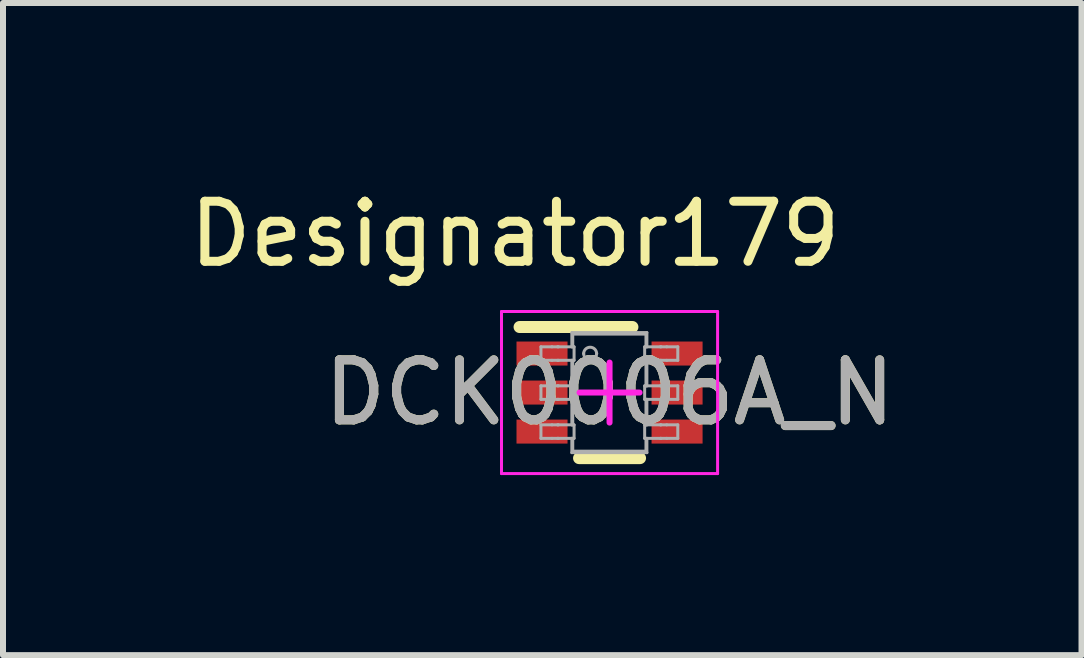
<source format=kicad_pcb>
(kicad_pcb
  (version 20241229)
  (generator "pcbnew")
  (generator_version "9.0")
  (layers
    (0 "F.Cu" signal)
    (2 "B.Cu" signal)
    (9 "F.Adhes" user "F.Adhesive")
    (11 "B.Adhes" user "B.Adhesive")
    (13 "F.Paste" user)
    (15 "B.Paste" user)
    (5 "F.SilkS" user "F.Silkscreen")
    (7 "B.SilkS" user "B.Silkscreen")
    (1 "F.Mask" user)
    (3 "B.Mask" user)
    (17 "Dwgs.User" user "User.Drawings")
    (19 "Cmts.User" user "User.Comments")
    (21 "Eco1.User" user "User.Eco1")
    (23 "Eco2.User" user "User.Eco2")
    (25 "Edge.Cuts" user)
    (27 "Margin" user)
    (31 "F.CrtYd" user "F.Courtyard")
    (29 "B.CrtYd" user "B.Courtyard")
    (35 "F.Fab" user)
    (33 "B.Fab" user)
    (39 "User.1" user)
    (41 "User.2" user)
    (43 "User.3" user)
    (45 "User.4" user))
  (footprint "DCK0006A_N"
    (layer "F.Cu")
    (at 7.105 3.49)
    (property "Reference" "DCK0006A_N" (at 0 0 0) (unlocked yes) (layer "F.SilkS") (effects (font (size 1 1) (thickness 0.15))))
    (attr smd)
    (fp_line (start -1.499 -1.092) (end 0.381 -1.092) (stroke (width 0.2) (type solid)) (layer "F.SilkS"))
    (fp_line (start -0.508 1.092) (end 0.508 1.092) (stroke (width 0.2) (type solid)) (layer "F.SilkS"))
    (fp_line (start -1.8 -1.35) (end 1.8 -1.35) (stroke (width 0.05) (type solid)) (layer "F.CrtYd"))
    (fp_line (start -1.8 1.35) (end -1.8 -1.35) (stroke (width 0.05) (type solid)) (layer "F.CrtYd"))
    (fp_line (start -1.8 1.35) (end 1.8 1.35) (stroke (width 0.05) (type solid)) (layer "F.CrtYd"))
    (fp_line (start -0.5 0) (end 0.5 0) (stroke (width 0.1) (type solid)) (layer "F.CrtYd"))
    (fp_line (start -0.000003 0.5) (end -0.000003 -0.5) (stroke (width 0.1) (type solid)) (layer "F.CrtYd"))
    (fp_line (start 1.8 1.35) (end 1.8 -1.35) (stroke (width 0.05) (type solid)) (layer "F.CrtYd"))
    (fp_line (start -1.143 -0.762) (end -0.959 -0.762) (stroke (width 0.05) (type solid)) (layer "F.Fab"))
    (fp_line (start -1.143 -0.537) (end -1.143 -0.762) (stroke (width 0.05) (type solid)) (layer "F.Fab"))
    (fp_line (start -1.143 -0.537) (end -0.959 -0.537) (stroke (width 0.05) (type solid)) (layer "F.Fab"))
    (fp_line (start -1.143 -0.112) (end -0.959 -0.112) (stroke (width 0.05) (type solid)) (layer "F.Fab"))
    (fp_line (start -1.143 0.113) (end -1.143 -0.112) (stroke (width 0.05) (type solid)) (layer "F.Fab"))
    (fp_line (start -1.143 0.113) (end -0.959 0.113) (stroke (width 0.05) (type solid)) (layer "F.Fab"))
    (fp_line (start -1.143 0.538) (end -0.959 0.538) (stroke (width 0.05) (type solid)) (layer "F.Fab"))
    (fp_line (start -1.143 0.763) (end -1.143 0.538) (stroke (width 0.05) (type solid)) (layer "F.Fab"))
    (fp_line (start -1.143 0.763) (end -0.959 0.763) (stroke (width 0.05) (type solid)) (layer "F.Fab"))
    (fp_line (start -0.959 -0.762) (end -0.865 -0.762) (stroke (width 0.05) (type solid)) (layer "F.Fab"))
    (fp_line (start -0.959 -0.537) (end -0.865 -0.537) (stroke (width 0.05) (type solid)) (layer "F.Fab"))
    (fp_line (start -0.959 -0.112) (end -0.865 -0.112) (stroke (width 0.05) (type solid)) (layer "F.Fab"))
    (fp_line (start -0.959 0.113) (end -0.865 0.113) (stroke (width 0.05) (type solid)) (layer "F.Fab"))
    (fp_line (start -0.959 0.538) (end -0.865 0.538) (stroke (width 0.05) (type solid)) (layer "F.Fab"))
    (fp_line (start -0.959 0.763) (end -0.865 0.763) (stroke (width 0.05) (type solid)) (layer "F.Fab"))
    (fp_line (start -0.865 -0.762) (end -0.853 -0.762) (stroke (width 0.05) (type solid)) (layer "F.Fab"))
    (fp_line (start -0.865 -0.537) (end -0.853 -0.537) (stroke (width 0.05) (type solid)) (layer "F.Fab"))
    (fp_line (start -0.865 -0.112) (end -0.853 -0.112) (stroke (width 0.05) (type solid)) (layer "F.Fab"))
    (fp_line (start -0.865 0.113) (end -0.853 0.113) (stroke (width 0.05) (type solid)) (layer "F.Fab"))
    (fp_line (start -0.865 0.538) (end -0.853 0.538) (stroke (width 0.05) (type solid)) (layer "F.Fab"))
    (fp_line (start -0.865 0.763) (end -0.853 0.763) (stroke (width 0.05) (type solid)) (layer "F.Fab"))
    (fp_line (start -0.853 -0.762) (end -0.628 -0.762) (stroke (width 0.05) (type solid)) (layer "F.Fab"))
    (fp_line (start -0.853 -0.537) (end -0.628 -0.537) (stroke (width 0.05) (type solid)) (layer "F.Fab"))
    (fp_line (start -0.853 -0.112) (end -0.628 -0.112) (stroke (width 0.05) (type solid)) (layer "F.Fab"))
    (fp_line (start -0.853 0.113) (end -0.628 0.113) (stroke (width 0.05) (type solid)) (layer "F.Fab"))
    (fp_line (start -0.853 0.538) (end -0.628 0.538) (stroke (width 0.05) (type solid)) (layer "F.Fab"))
    (fp_line (start -0.853 0.763) (end -0.628 0.763) (stroke (width 0.05) (type solid)) (layer "F.Fab"))
    (fp_line (start -0.628 -0.999) (end 0.622 -0.999) (stroke (width 0.05) (type solid)) (layer "F.Fab"))
    (fp_line (start -0.628 -0.762) (end -0.628 -0.999) (stroke (width 0.05) (type solid)) (layer "F.Fab"))
    (fp_line (start -0.628 -0.762) (end -0.591 -0.762) (stroke (width 0.05) (type solid)) (layer "F.Fab"))
    (fp_line (start -0.628 -0.537) (end -0.591 -0.537) (stroke (width 0.05) (type solid)) (layer "F.Fab"))
    (fp_line (start -0.628 -0.112) (end -0.628 -0.537) (stroke (width 0.05) (type solid)) (layer "F.Fab"))
    (fp_line (start -0.628 -0.112) (end -0.591 -0.112) (stroke (width 0.05) (type solid)) (layer "F.Fab"))
    (fp_line (start -0.628 0.113) (end -0.591 0.113) (stroke (width 0.05) (type solid)) (layer "F.Fab"))
    (fp_line (start -0.628 0.538) (end -0.628 0.113) (stroke (width 0.05) (type solid)) (layer "F.Fab"))
    (fp_line (start -0.628 0.538) (end -0.591 0.538) (stroke (width 0.05) (type solid)) (layer "F.Fab"))
    (fp_line (start -0.628 0.763) (end -0.591 0.763) (stroke (width 0.05) (type solid)) (layer "F.Fab"))
    (fp_line (start -0.628 1.001) (end -0.628 0.763) (stroke (width 0.05) (type solid)) (layer "F.Fab"))
    (fp_line (start -0.628 1.001) (end 0.622 1.001) (stroke (width 0.05) (type solid)) (layer "F.Fab"))
    (fp_line (start -0.613 -0.974) (end 0.607 -0.974) (stroke (width 0.05) (type solid)) (layer "F.Fab"))
    (fp_line (start -0.613 -0.762) (end -0.613 -0.974) (stroke (width 0.05) (type solid)) (layer "F.Fab"))
    (fp_line (start -0.613 -0.112) (end -0.613 -0.537) (stroke (width 0.05) (type solid)) (layer "F.Fab"))
    (fp_line (start -0.613 0.538) (end -0.613 0.113) (stroke (width 0.05) (type solid)) (layer "F.Fab"))
    (fp_line (start -0.613 0.976) (end -0.613 0.763) (stroke (width 0.05) (type solid)) (layer "F.Fab"))
    (fp_line (start -0.613 0.976) (end 0.607 0.976) (stroke (width 0.05) (type solid)) (layer "F.Fab"))
    (fp_line (start -0.591 -0.537) (end -0.591 -0.762) (stroke (width 0.05) (type solid)) (layer "F.Fab"))
    (fp_line (start -0.591 0.113) (end -0.591 -0.112) (stroke (width 0.05) (type solid)) (layer "F.Fab"))
    (fp_line (start -0.591 0.763) (end -0.591 0.538) (stroke (width 0.05) (type solid)) (layer "F.Fab"))
    (fp_line (start 0.585 -0.762) (end 0.622 -0.762) (stroke (width 0.05) (type solid)) (layer "F.Fab"))
    (fp_line (start 0.585 -0.537) (end 0.585 -0.762) (stroke (width 0.05) (type solid)) (layer "F.Fab"))
    (fp_line (start 0.585 -0.537) (end 0.622 -0.537) (stroke (width 0.05) (type solid)) (layer "F.Fab"))
    (fp_line (start 0.585 -0.112) (end 0.622 -0.112) (stroke (width 0.05) (type solid)) (layer "F.Fab"))
    (fp_line (start 0.585 0.113) (end 0.585 -0.112) (stroke (width 0.05) (type solid)) (layer "F.Fab"))
    (fp_line (start 0.585 0.113) (end 0.622 0.113) (stroke (width 0.05) (type solid)) (layer "F.Fab"))
    (fp_line (start 0.585 0.538) (end 0.622 0.538) (stroke (width 0.05) (type solid)) (layer "F.Fab"))
    (fp_line (start 0.585 0.763) (end 0.585 0.538) (stroke (width 0.05) (type solid)) (layer "F.Fab"))
    (fp_line (start 0.585 0.763) (end 0.622 0.763) (stroke (width 0.05) (type solid)) (layer "F.Fab"))
    (fp_line (start 0.607 -0.762) (end 0.607 -0.974) (stroke (width 0.05) (type solid)) (layer "F.Fab"))
    (fp_line (start 0.607 -0.112) (end 0.607 -0.537) (stroke (width 0.05) (type solid)) (layer "F.Fab"))
    (fp_line (start 0.607 0.538) (end 0.607 0.113) (stroke (width 0.05) (type solid)) (layer "F.Fab"))
    (fp_line (start 0.607 0.976) (end 0.607 0.763) (stroke (width 0.05) (type solid)) (layer "F.Fab"))
    (fp_line (start 0.622 -0.762) (end 0.622 -0.999) (stroke (width 0.05) (type solid)) (layer "F.Fab"))
    (fp_line (start 0.622 -0.762) (end 0.847 -0.762) (stroke (width 0.05) (type solid)) (layer "F.Fab"))
    (fp_line (start 0.622 -0.537) (end 0.847 -0.537) (stroke (width 0.05) (type solid)) (layer "F.Fab"))
    (fp_line (start 0.622 -0.112) (end 0.622 -0.537) (stroke (width 0.05) (type solid)) (layer "F.Fab"))
    (fp_line (start 0.622 -0.112) (end 0.847 -0.112) (stroke (width 0.05) (type solid)) (layer "F.Fab"))
    (fp_line (start 0.622 0.113) (end 0.847 0.113) (stroke (width 0.05) (type solid)) (layer "F.Fab"))
    (fp_line (start 0.622 0.538) (end 0.622 0.113) (stroke (width 0.05) (type solid)) (layer "F.Fab"))
    (fp_line (start 0.622 0.538) (end 0.847 0.538) (stroke (width 0.05) (type solid)) (layer "F.Fab"))
    (fp_line (start 0.622 0.763) (end 0.847 0.763) (stroke (width 0.05) (type solid)) (layer "F.Fab"))
    (fp_line (start 0.622 1.001) (end 0.622 0.763) (stroke (width 0.05) (type solid)) (layer "F.Fab"))
    (fp_line (start 0.847 -0.762) (end 0.859 -0.762) (stroke (width 0.05) (type solid)) (layer "F.Fab"))
    (fp_line (start 0.847 -0.537) (end 0.859 -0.537) (stroke (width 0.05) (type solid)) (layer "F.Fab"))
    (fp_line (start 0.847 -0.112) (end 0.859 -0.112) (stroke (width 0.05) (type solid)) (layer "F.Fab"))
    (fp_line (start 0.847 0.113) (end 0.859 0.113) (stroke (width 0.05) (type solid)) (layer "F.Fab"))
    (fp_line (start 0.847 0.538) (end 0.859 0.538) (stroke (width 0.05) (type solid)) (layer "F.Fab"))
    (fp_line (start 0.847 0.763) (end 0.859 0.763) (stroke (width 0.05) (type solid)) (layer "F.Fab"))
    (fp_line (start 0.859 -0.762) (end 0.953 -0.762) (stroke (width 0.05) (type solid)) (layer "F.Fab"))
    (fp_line (start 0.859 -0.537) (end 0.953 -0.537) (stroke (width 0.05) (type solid)) (layer "F.Fab"))
    (fp_line (start 0.859 -0.112) (end 0.953 -0.112) (stroke (width 0.05) (type solid)) (layer "F.Fab"))
    (fp_line (start 0.859 0.113) (end 0.953 0.113) (stroke (width 0.05) (type solid)) (layer "F.Fab"))
    (fp_line (start 0.859 0.538) (end 0.953 0.538) (stroke (width 0.05) (type solid)) (layer "F.Fab"))
    (fp_line (start 0.859 0.763) (end 0.953 0.763) (stroke (width 0.05) (type solid)) (layer "F.Fab"))
    (fp_line (start 0.953 -0.762) (end 1.137 -0.762) (stroke (width 0.05) (type solid)) (layer "F.Fab"))
    (fp_line (start 0.953 -0.537) (end 1.137 -0.537) (stroke (width 0.05) (type solid)) (layer "F.Fab"))
    (fp_line (start 0.953 -0.112) (end 1.137 -0.112) (stroke (width 0.05) (type solid)) (layer "F.Fab"))
    (fp_line (start 0.953 0.113) (end 1.137 0.113) (stroke (width 0.05) (type solid)) (layer "F.Fab"))
    (fp_line (start 0.953 0.538) (end 1.137 0.538) (stroke (width 0.05) (type solid)) (layer "F.Fab"))
    (fp_line (start 0.953 0.763) (end 1.137 0.763) (stroke (width 0.05) (type solid)) (layer "F.Fab"))
    (fp_line (start 1.137 -0.537) (end 1.137 -0.762) (stroke (width 0.05) (type solid)) (layer "F.Fab"))
    (fp_line (start 1.137 0.113) (end 1.137 -0.112) (stroke (width 0.05) (type solid)) (layer "F.Fab"))
    (fp_line (start 1.137 0.763) (end 1.137 0.538) (stroke (width 0.05) (type solid)) (layer "F.Fab"))
    (fp_arc (start -0.431546 -0.650138) (mid -0.323177 -0.758507) (end -0.214808 -0.650138) (stroke (width 0.05) (type solid)) (layer "F.Fab"))
    (fp_arc (start -0.214808 -0.650138) (mid -0.323177 -0.541769) (end -0.431546 -0.650138) (stroke (width 0.05) (type solid)) (layer "F.Fab"))
    (fp_text user "Designator179" (at -1.575 -2.642 0) (unlocked yes) (layer "F.SilkS") (effects (font (size 1 1) (thickness 0.15))))
    (fp_text user "${REFERENCE}" (at 0 0 0) (unlocked yes) (layer "F.Fab") (effects (font (size 1 1) (thickness 0.15))))
    (pad "1" smd rect (at -1.125 -0.65 90) (size 0.4 0.85) (layers "F.Cu" "F.Mask" "F.Paste"))
    (pad "2" smd rect (at -1.125 0 90) (size 0.4 0.85) (layers "F.Cu" "F.Mask" "F.Paste"))
    (pad "3" smd rect (at -1.125 0.65 90) (size 0.4 0.85) (layers "F.Cu" "F.Mask" "F.Paste"))
    (pad "4" smd rect (at 1.125 0.65 90) (size 0.4 0.85) (layers "F.Cu" "F.Mask" "F.Paste"))
    (pad "5" smd rect (at 1.125 0 90) (size 0.4 0.85) (layers "F.Cu" "F.Mask" "F.Paste"))
    (pad "6" smd rect (at 1.125 -0.65 90) (size 0.4 0.85) (layers "F.Cu" "F.Mask" "F.Paste")))
  (gr_rect
    (start -3 -3)
    (end 14.968 7.865)
    (stroke (width 0.1) (type default))
    (fill no)
    (layer "Edge.Cuts")))
</source>
